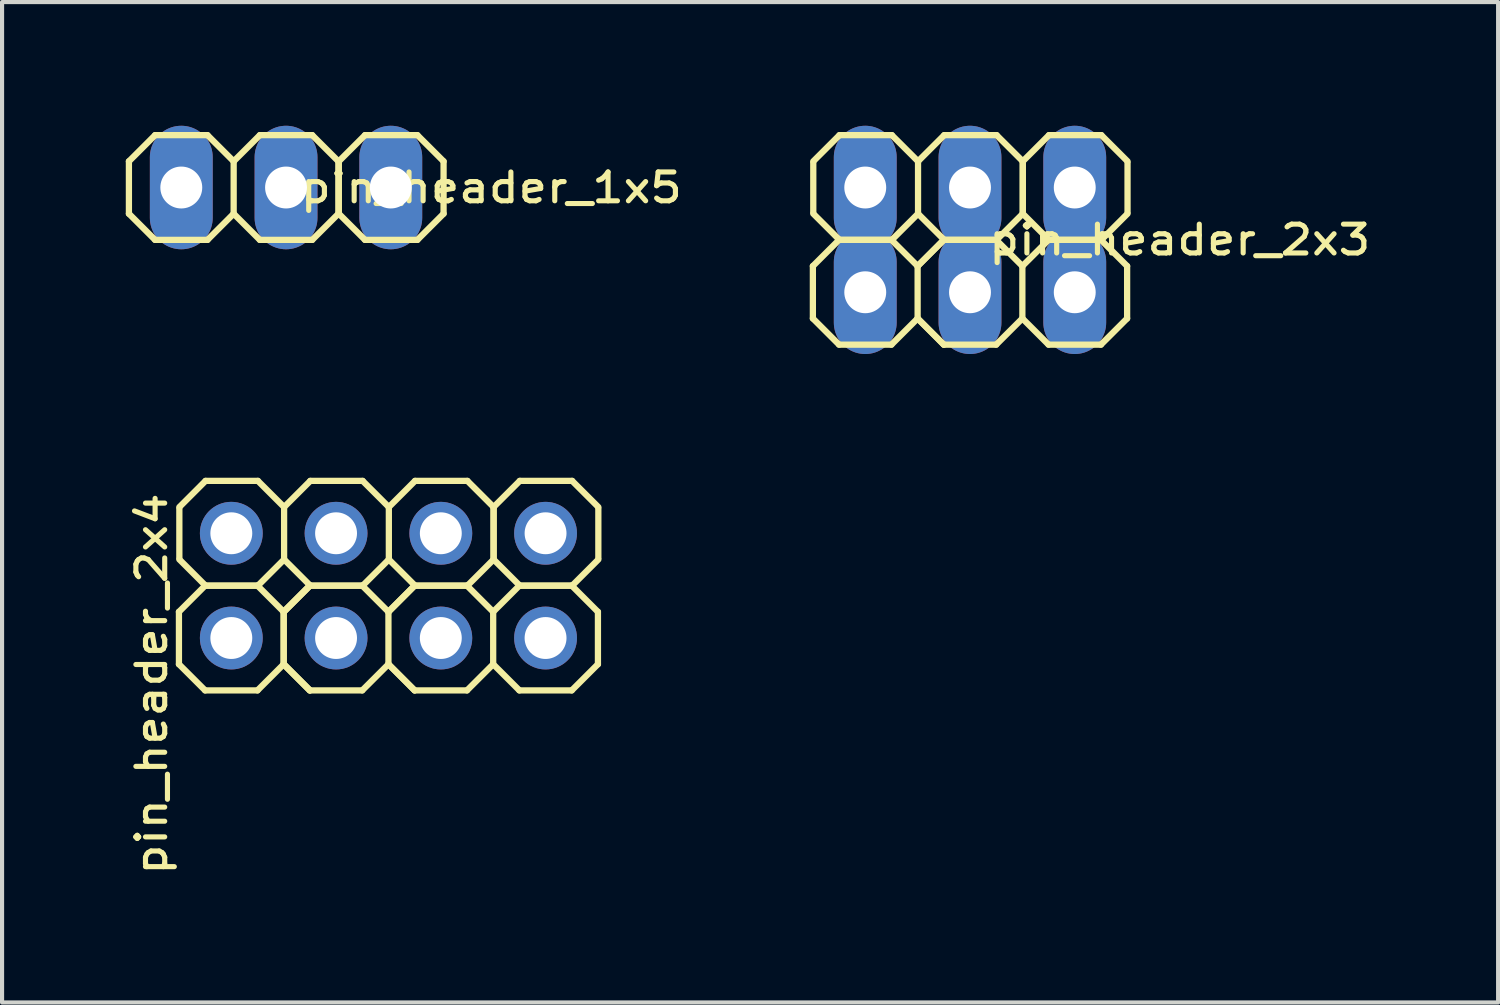
<source format=kicad_pcb>
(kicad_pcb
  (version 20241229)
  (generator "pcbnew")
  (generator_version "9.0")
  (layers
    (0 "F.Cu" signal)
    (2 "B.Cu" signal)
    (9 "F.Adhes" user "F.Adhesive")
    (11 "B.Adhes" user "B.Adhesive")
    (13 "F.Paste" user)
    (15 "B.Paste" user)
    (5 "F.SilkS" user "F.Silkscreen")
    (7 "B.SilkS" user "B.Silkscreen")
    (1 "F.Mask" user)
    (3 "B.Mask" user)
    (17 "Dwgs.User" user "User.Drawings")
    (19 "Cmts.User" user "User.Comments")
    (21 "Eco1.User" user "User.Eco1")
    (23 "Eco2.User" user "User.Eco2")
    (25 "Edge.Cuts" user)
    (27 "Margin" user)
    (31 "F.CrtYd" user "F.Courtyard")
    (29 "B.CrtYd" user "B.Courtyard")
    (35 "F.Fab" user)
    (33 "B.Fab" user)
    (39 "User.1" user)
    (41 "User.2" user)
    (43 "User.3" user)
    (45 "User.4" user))
  (footprint "pin_header_2x3"
    (layer "F.Cu")
    (at 20.476 2.767)
    (property "Reference" "pin_header_2x3" (at 5.08 0 0) (layer "F.SilkS") (effects (font (size 0.699 0.798) (thickness 0.124))))
    (attr smd)
    (fp_line (start -3.815 0.635) (end -3.18 0) (stroke (width 0.152) (type solid)) (layer "F.SilkS"))
    (fp_line (start -3.815 1.905) (end -3.815 0.635) (stroke (width 0.152) (type solid)) (layer "F.SilkS"))
    (fp_line (start -3.805 -1.905) (end -3.17 -2.54) (stroke (width 0.152) (type solid)) (layer "F.SilkS"))
    (fp_line (start -3.805 -1.869) (end -3.805 -0.671) (stroke (width 0.152) (type solid)) (layer "F.SilkS"))
    (fp_line (start -3.18 0) (end -1.91 0) (stroke (width 0.152) (type solid)) (layer "F.SilkS"))
    (fp_line (start -3.18 2.54) (end -3.815 1.905) (stroke (width 0.152) (type solid)) (layer "F.SilkS"))
    (fp_line (start -3.17 -2.54) (end -1.9 -2.54) (stroke (width 0.152) (type solid)) (layer "F.SilkS"))
    (fp_line (start -3.17 0) (end -3.805 -0.635) (stroke (width 0.152) (type solid)) (layer "F.SilkS"))
    (fp_line (start -1.91 0) (end -1.275 0.635) (stroke (width 0.152) (type solid)) (layer "F.SilkS"))
    (fp_line (start -1.91 2.54) (end -3.18 2.54) (stroke (width 0.152) (type solid)) (layer "F.SilkS"))
    (fp_line (start -1.9 -2.54) (end -1.265 -1.905) (stroke (width 0.152) (type solid)) (layer "F.SilkS"))
    (fp_line (start -1.9 0) (end -3.17 0) (stroke (width 0.152) (type solid)) (layer "F.SilkS"))
    (fp_line (start -1.275 0.635) (end -0.64 0) (stroke (width 0.152) (type solid)) (layer "F.SilkS"))
    (fp_line (start -1.275 0.635) (end -0.64 0) (stroke (width 0.152) (type solid)) (layer "F.SilkS"))
    (fp_line (start -1.275 1.905) (end -1.91 2.54) (stroke (width 0.152) (type solid)) (layer "F.SilkS"))
    (fp_line (start -1.275 1.905) (end -1.275 0.635) (stroke (width 0.152) (type solid)) (layer "F.SilkS"))
    (fp_line (start -1.265 -1.905) (end -1.265 -0.635) (stroke (width 0.152) (type solid)) (layer "F.SilkS"))
    (fp_line (start -1.265 -1.905) (end -0.63 -2.54) (stroke (width 0.152) (type solid)) (layer "F.SilkS"))
    (fp_line (start -1.265 -0.635) (end -1.9 0) (stroke (width 0.152) (type solid)) (layer "F.SilkS"))
    (fp_line (start -0.64 0) (end 0.63 0) (stroke (width 0.152) (type solid)) (layer "F.SilkS"))
    (fp_line (start -0.64 2.54) (end -1.275 1.905) (stroke (width 0.152) (type solid)) (layer "F.SilkS"))
    (fp_line (start -0.64 2.54) (end -1.275 1.905) (stroke (width 0.152) (type solid)) (layer "F.SilkS"))
    (fp_line (start -0.63 -2.54) (end 0.64 -2.54) (stroke (width 0.152) (type solid)) (layer "F.SilkS"))
    (fp_line (start -0.63 0) (end -1.265 -0.635) (stroke (width 0.152) (type solid)) (layer "F.SilkS"))
    (fp_line (start 0.63 0) (end 1.265 0.635) (stroke (width 0.152) (type solid)) (layer "F.SilkS"))
    (fp_line (start 0.63 2.54) (end -0.64 2.54) (stroke (width 0.152) (type solid)) (layer "F.SilkS"))
    (fp_line (start 0.64 -2.54) (end 1.275 -1.905) (stroke (width 0.152) (type solid)) (layer "F.SilkS"))
    (fp_line (start 0.64 0) (end -0.63 0) (stroke (width 0.152) (type solid)) (layer "F.SilkS"))
    (fp_line (start 1.265 0.635) (end 1.9 0) (stroke (width 0.152) (type solid)) (layer "F.SilkS"))
    (fp_line (start 1.265 0.671) (end 1.265 1.869) (stroke (width 0.152) (type solid)) (layer "F.SilkS"))
    (fp_line (start 1.265 1.905) (end 0.63 2.54) (stroke (width 0.152) (type solid)) (layer "F.SilkS"))
    (fp_line (start 1.275 -1.905) (end 1.275 -0.635) (stroke (width 0.152) (type solid)) (layer "F.SilkS"))
    (fp_line (start 1.275 -1.905) (end 1.91 -2.54) (stroke (width 0.152) (type solid)) (layer "F.SilkS"))
    (fp_line (start 1.275 -1.869) (end 1.275 -0.671) (stroke (width 0.152) (type solid)) (layer "F.SilkS"))
    (fp_line (start 1.275 -0.635) (end 0.64 0) (stroke (width 0.152) (type solid)) (layer "F.SilkS"))
    (fp_line (start 1.9 0) (end 3.17 0) (stroke (width 0.152) (type solid)) (layer "F.SilkS"))
    (fp_line (start 1.9 2.54) (end 1.265 1.905) (stroke (width 0.152) (type solid)) (layer "F.SilkS"))
    (fp_line (start 1.91 -2.54) (end 3.18 -2.54) (stroke (width 0.152) (type solid)) (layer "F.SilkS"))
    (fp_line (start 1.91 0) (end 1.275 -0.635) (stroke (width 0.152) (type solid)) (layer "F.SilkS"))
    (fp_line (start 3.17 0) (end 3.805 0.635) (stroke (width 0.152) (type solid)) (layer "F.SilkS"))
    (fp_line (start 3.17 2.54) (end 1.9 2.54) (stroke (width 0.152) (type solid)) (layer "F.SilkS"))
    (fp_line (start 3.18 -2.54) (end 3.815 -1.905) (stroke (width 0.152) (type solid)) (layer "F.SilkS"))
    (fp_line (start 3.18 0) (end 1.91 0) (stroke (width 0.152) (type solid)) (layer "F.SilkS"))
    (fp_line (start 3.805 0.635) (end 3.805 1.905) (stroke (width 0.152) (type solid)) (layer "F.SilkS"))
    (fp_line (start 3.805 1.905) (end 3.17 2.54) (stroke (width 0.152) (type solid)) (layer "F.SilkS"))
    (fp_line (start 3.815 -1.869) (end 3.815 -0.671) (stroke (width 0.152) (type solid)) (layer "F.SilkS"))
    (fp_line (start 3.815 -0.635) (end 3.18 0) (stroke (width 0.152) (type solid)) (layer "F.SilkS"))
    (pad "1" thru_hole oval (at -2.545 1.27) (size 1.524 2.995) (drill 1.016) (layers "*.Cu" "*.Mask" "B.Paste"))
    (pad "2" thru_hole oval (at -0.005 1.27) (size 1.524 2.995) (drill 1.016) (layers "*.Cu" "*.Mask" "B.Paste"))
    (pad "3" thru_hole oval (at 2.535 1.27) (size 1.524 2.995) (drill 1.016) (layers "*.Cu" "*.Mask" "B.Paste"))
    (pad "4" thru_hole oval (at -2.545 -1.27) (size 1.524 2.995) (drill 1.016) (layers "*.Cu" "*.Mask" "B.Paste"))
    (pad "5" thru_hole oval (at -0.005 -1.27) (size 1.524 2.995) (drill 1.016) (layers "*.Cu" "*.Mask" "B.Paste"))
    (pad "6" thru_hole oval (at 2.535 -1.27) (size 1.524 2.995) (drill 1.016) (layers "*.Cu" "*.Mask" "B.Paste")))
  (footprint "pin_header_2x4"
    (layer "F.Cu")
    (at 6.374 11.151)
    (property "Reference" "pin_header_2x4" (at -5.747 2.387 90) (layer "F.SilkS") (effects (font (size 0.699 0.798) (thickness 0.124))))
    (attr smd)
    (fp_line (start -5.085 0.635) (end -4.45 0) (stroke (width 0.152) (type solid)) (layer "F.SilkS"))
    (fp_line (start -5.085 1.905) (end -5.085 0.635) (stroke (width 0.152) (type solid)) (layer "F.SilkS"))
    (fp_line (start -5.075 -1.905) (end -4.44 -2.54) (stroke (width 0.152) (type solid)) (layer "F.SilkS"))
    (fp_line (start -5.075 -1.869) (end -5.075 -0.671) (stroke (width 0.152) (type solid)) (layer "F.SilkS"))
    (fp_line (start -4.45 0) (end -3.18 0) (stroke (width 0.152) (type solid)) (layer "F.SilkS"))
    (fp_line (start -4.45 2.54) (end -5.085 1.905) (stroke (width 0.152) (type solid)) (layer "F.SilkS"))
    (fp_line (start -4.44 -2.54) (end -3.17 -2.54) (stroke (width 0.152) (type solid)) (layer "F.SilkS"))
    (fp_line (start -4.44 0) (end -5.075 -0.635) (stroke (width 0.152) (type solid)) (layer "F.SilkS"))
    (fp_line (start -3.18 0) (end -2.545 0.635) (stroke (width 0.152) (type solid)) (layer "F.SilkS"))
    (fp_line (start -3.18 2.54) (end -4.45 2.54) (stroke (width 0.152) (type solid)) (layer "F.SilkS"))
    (fp_line (start -3.17 -2.54) (end -2.535 -1.905) (stroke (width 0.152) (type solid)) (layer "F.SilkS"))
    (fp_line (start -3.17 0) (end -4.44 0) (stroke (width 0.152) (type solid)) (layer "F.SilkS"))
    (fp_line (start -2.545 0.635) (end -1.91 0) (stroke (width 0.152) (type solid)) (layer "F.SilkS"))
    (fp_line (start -2.545 0.635) (end -1.91 0) (stroke (width 0.152) (type solid)) (layer "F.SilkS"))
    (fp_line (start -2.545 0.635) (end -1.91 0) (stroke (width 0.152) (type solid)) (layer "F.SilkS"))
    (fp_line (start -2.545 1.905) (end -3.18 2.54) (stroke (width 0.152) (type solid)) (layer "F.SilkS"))
    (fp_line (start -2.545 1.905) (end -2.545 0.635) (stroke (width 0.152) (type solid)) (layer "F.SilkS"))
    (fp_line (start -2.545 1.905) (end -2.545 0.635) (stroke (width 0.152) (type solid)) (layer "F.SilkS"))
    (fp_line (start -2.535 -1.905) (end -1.9 -2.54) (stroke (width 0.152) (type solid)) (layer "F.SilkS"))
    (fp_line (start -2.535 -1.869) (end -2.535 -0.671) (stroke (width 0.152) (type solid)) (layer "F.SilkS"))
    (fp_line (start -2.535 -0.635) (end -3.17 0) (stroke (width 0.152) (type solid)) (layer "F.SilkS"))
    (fp_line (start -1.91 0) (end -0.64 0) (stroke (width 0.152) (type solid)) (layer "F.SilkS"))
    (fp_line (start -1.91 2.54) (end -2.545 1.905) (stroke (width 0.152) (type solid)) (layer "F.SilkS"))
    (fp_line (start -1.91 2.54) (end -2.545 1.905) (stroke (width 0.152) (type solid)) (layer "F.SilkS"))
    (fp_line (start -1.91 2.54) (end -2.545 1.905) (stroke (width 0.152) (type solid)) (layer "F.SilkS"))
    (fp_line (start -1.9 -2.54) (end -0.63 -2.54) (stroke (width 0.152) (type solid)) (layer "F.SilkS"))
    (fp_line (start -1.9 0) (end -2.535 -0.635) (stroke (width 0.152) (type solid)) (layer "F.SilkS"))
    (fp_line (start -0.64 0) (end -0.005 0.635) (stroke (width 0.152) (type solid)) (layer "F.SilkS"))
    (fp_line (start -0.64 2.54) (end -1.91 2.54) (stroke (width 0.152) (type solid)) (layer "F.SilkS"))
    (fp_line (start -0.63 -2.54) (end 0.005 -1.905) (stroke (width 0.152) (type solid)) (layer "F.SilkS"))
    (fp_line (start -0.63 0) (end -1.9 0) (stroke (width 0.152) (type solid)) (layer "F.SilkS"))
    (fp_line (start -0.005 0.635) (end 0.63 0) (stroke (width 0.152) (type solid)) (layer "F.SilkS"))
    (fp_line (start -0.005 0.635) (end 0.63 0) (stroke (width 0.152) (type solid)) (layer "F.SilkS"))
    (fp_line (start -0.005 1.905) (end -0.64 2.54) (stroke (width 0.152) (type solid)) (layer "F.SilkS"))
    (fp_line (start -0.005 1.905) (end -0.005 0.635) (stroke (width 0.152) (type solid)) (layer "F.SilkS"))
    (fp_line (start 0.005 -1.905) (end 0.005 -0.635) (stroke (width 0.152) (type solid)) (layer "F.SilkS"))
    (fp_line (start 0.005 -1.905) (end 0.64 -2.54) (stroke (width 0.152) (type solid)) (layer "F.SilkS"))
    (fp_line (start 0.005 -0.635) (end -0.63 0) (stroke (width 0.152) (type solid)) (layer "F.SilkS"))
    (fp_line (start 0.63 0) (end 1.9 0) (stroke (width 0.152) (type solid)) (layer "F.SilkS"))
    (fp_line (start 0.63 2.54) (end -0.005 1.905) (stroke (width 0.152) (type solid)) (layer "F.SilkS"))
    (fp_line (start 0.63 2.54) (end -0.005 1.905) (stroke (width 0.152) (type solid)) (layer "F.SilkS"))
    (fp_line (start 0.64 -2.54) (end 1.91 -2.54) (stroke (width 0.152) (type solid)) (layer "F.SilkS"))
    (fp_line (start 0.64 0) (end 0.005 -0.635) (stroke (width 0.152) (type solid)) (layer "F.SilkS"))
    (fp_line (start 1.9 0) (end 2.535 0.635) (stroke (width 0.152) (type solid)) (layer "F.SilkS"))
    (fp_line (start 1.9 2.54) (end 0.63 2.54) (stroke (width 0.152) (type solid)) (layer "F.SilkS"))
    (fp_line (start 1.91 -2.54) (end 2.545 -1.905) (stroke (width 0.152) (type solid)) (layer "F.SilkS"))
    (fp_line (start 1.91 0) (end 0.64 0) (stroke (width 0.152) (type solid)) (layer "F.SilkS"))
    (fp_line (start 2.535 0.635) (end 3.17 0) (stroke (width 0.152) (type solid)) (layer "F.SilkS"))
    (fp_line (start 2.535 0.671) (end 2.535 1.869) (stroke (width 0.152) (type solid)) (layer "F.SilkS"))
    (fp_line (start 2.535 1.905) (end 1.9 2.54) (stroke (width 0.152) (type solid)) (layer "F.SilkS"))
    (fp_line (start 2.545 -1.905) (end 2.545 -0.635) (stroke (width 0.152) (type solid)) (layer "F.SilkS"))
    (fp_line (start 2.545 -1.905) (end 3.18 -2.54) (stroke (width 0.152) (type solid)) (layer "F.SilkS"))
    (fp_line (start 2.545 -1.869) (end 2.545 -0.671) (stroke (width 0.152) (type solid)) (layer "F.SilkS"))
    (fp_line (start 2.545 -0.635) (end 1.91 0) (stroke (width 0.152) (type solid)) (layer "F.SilkS"))
    (fp_line (start 3.17 0) (end 4.44 0) (stroke (width 0.152) (type solid)) (layer "F.SilkS"))
    (fp_line (start 3.17 2.54) (end 2.535 1.905) (stroke (width 0.152) (type solid)) (layer "F.SilkS"))
    (fp_line (start 3.18 -2.54) (end 4.45 -2.54) (stroke (width 0.152) (type solid)) (layer "F.SilkS"))
    (fp_line (start 3.18 0) (end 2.545 -0.635) (stroke (width 0.152) (type solid)) (layer "F.SilkS"))
    (fp_line (start 4.44 0) (end 5.075 0.635) (stroke (width 0.152) (type solid)) (layer "F.SilkS"))
    (fp_line (start 4.44 2.54) (end 3.17 2.54) (stroke (width 0.152) (type solid)) (layer "F.SilkS"))
    (fp_line (start 4.45 -2.54) (end 5.085 -1.905) (stroke (width 0.152) (type solid)) (layer "F.SilkS"))
    (fp_line (start 4.45 0) (end 3.18 0) (stroke (width 0.152) (type solid)) (layer "F.SilkS"))
    (fp_line (start 5.075 0.635) (end 5.075 1.905) (stroke (width 0.152) (type solid)) (layer "F.SilkS"))
    (fp_line (start 5.075 1.905) (end 4.44 2.54) (stroke (width 0.152) (type solid)) (layer "F.SilkS"))
    (fp_line (start 5.085 -1.869) (end 5.085 -0.671) (stroke (width 0.152) (type solid)) (layer "F.SilkS"))
    (fp_line (start 5.085 -0.635) (end 4.45 0) (stroke (width 0.152) (type solid)) (layer "F.SilkS"))
    (pad "1" thru_hole oval (at -3.815 1.27) (size 1.524 1.524) (drill 1.016) (layers "*.Cu" "*.Mask" "B.Paste"))
    (pad "2" thru_hole oval (at -1.275 1.27) (size 1.524 1.524) (drill 1.016) (layers "*.Cu" "*.Mask" "B.Paste"))
    (pad "3" thru_hole oval (at 1.265 1.27) (size 1.524 1.524) (drill 1.016) (layers "*.Cu" "*.Mask" "B.Paste"))
    (pad "4" thru_hole oval (at 3.805 1.27) (size 1.524 1.524) (drill 1.016) (layers "*.Cu" "*.Mask" "B.Paste"))
    (pad "5" thru_hole oval (at 3.805 -1.27) (size 1.524 1.524) (drill 1.016) (layers "*.Cu" "*.Mask" "B.Paste"))
    (pad "6" thru_hole oval (at 1.265 -1.27) (size 1.524 1.524) (drill 1.016) (layers "*.Cu" "*.Mask" "B.Paste"))
    (pad "7" thru_hole oval (at -1.275 -1.27) (size 1.524 1.524) (drill 1.016) (layers "*.Cu" "*.Mask" "B.Paste"))
    (pad "8" thru_hole oval (at -3.815 -1.27) (size 1.524 1.524) (drill 1.016) (layers "*.Cu" "*.Mask" "B.Paste")))
  (footprint "pin_header_1x5"
    (layer "F.Cu")
    (at 3.891 1.497)
    (property "Reference" "pin_header_1x5" (at 4.972 0.005 0) (layer "F.SilkS") (effects (font (size 0.699 0.798) (thickness 0.124))))
    (attr smd)
    (fp_line (start -3.815 -0.635) (end -3.18 -1.27) (stroke (width 0.152) (type solid)) (layer "F.SilkS"))
    (fp_line (start -3.815 0.635) (end -3.815 -0.635) (stroke (width 0.152) (type solid)) (layer "F.SilkS"))
    (fp_line (start -3.18 -1.27) (end -1.91 -1.27) (stroke (width 0.152) (type solid)) (layer "F.SilkS"))
    (fp_line (start -3.18 1.27) (end -3.815 0.635) (stroke (width 0.152) (type solid)) (layer "F.SilkS"))
    (fp_line (start -1.91 -1.27) (end -1.275 -0.635) (stroke (width 0.152) (type solid)) (layer "F.SilkS"))
    (fp_line (start -1.91 1.27) (end -3.18 1.27) (stroke (width 0.152) (type solid)) (layer "F.SilkS"))
    (fp_line (start -1.275 -0.635) (end -0.64 -1.27) (stroke (width 0.152) (type solid)) (layer "F.SilkS"))
    (fp_line (start -1.275 -0.599) (end -1.275 0.599) (stroke (width 0.152) (type solid)) (layer "F.SilkS"))
    (fp_line (start -1.275 0.635) (end -1.91 1.27) (stroke (width 0.152) (type solid)) (layer "F.SilkS"))
    (fp_line (start -0.64 -1.27) (end 0.63 -1.27) (stroke (width 0.152) (type solid)) (layer "F.SilkS"))
    (fp_line (start -0.64 1.27) (end -1.275 0.635) (stroke (width 0.152) (type solid)) (layer "F.SilkS"))
    (fp_line (start 0.63 -1.27) (end 1.265 -0.635) (stroke (width 0.152) (type solid)) (layer "F.SilkS"))
    (fp_line (start 0.63 1.27) (end -0.64 1.27) (stroke (width 0.152) (type solid)) (layer "F.SilkS"))
    (fp_line (start 1.265 -0.635) (end 1.265 0.635) (stroke (width 0.152) (type solid)) (layer "F.SilkS"))
    (fp_line (start 1.265 0.635) (end 0.63 1.27) (stroke (width 0.152) (type solid)) (layer "F.SilkS"))
    (fp_line (start 1.275 -0.635) (end 1.91 -1.27) (stroke (width 0.152) (type solid)) (layer "F.SilkS"))
    (fp_line (start 1.275 -0.599) (end 1.275 0.599) (stroke (width 0.152) (type solid)) (layer "F.SilkS"))
    (fp_line (start 1.91 -1.27) (end 3.18 -1.27) (stroke (width 0.152) (type solid)) (layer "F.SilkS"))
    (fp_line (start 1.91 1.27) (end 1.275 0.635) (stroke (width 0.152) (type solid)) (layer "F.SilkS"))
    (fp_line (start 3.18 -1.27) (end 3.815 -0.635) (stroke (width 0.152) (type solid)) (layer "F.SilkS"))
    (fp_line (start 3.18 1.27) (end 1.91 1.27) (stroke (width 0.152) (type solid)) (layer "F.SilkS"))
    (fp_line (start 3.815 -0.635) (end 3.815 0.635) (stroke (width 0.152) (type solid)) (layer "F.SilkS"))
    (fp_line (start 3.815 0.635) (end 3.18 1.27) (stroke (width 0.152) (type solid)) (layer "F.SilkS"))
    (pad "1" thru_hole oval (at -2.545 0) (size 1.524 2.995) (drill 1.016) (layers "*.Cu" "*.Mask" "B.Paste"))
    (pad "2" thru_hole oval (at -0.005 0) (size 1.524 2.995) (drill 1.016) (layers "*.Cu" "*.Mask" "B.Paste"))
    (pad "3" thru_hole oval (at 2.535 0) (size 1.524 2.995) (drill 1.016) (layers "*.Cu" "*.Mask" "B.Paste")))
  (gr_rect
    (start -3 -3)
    (end 33.277 21.259)
    (stroke (width 0.1) (type default))
    (fill no)
    (layer "Edge.Cuts")))
</source>
